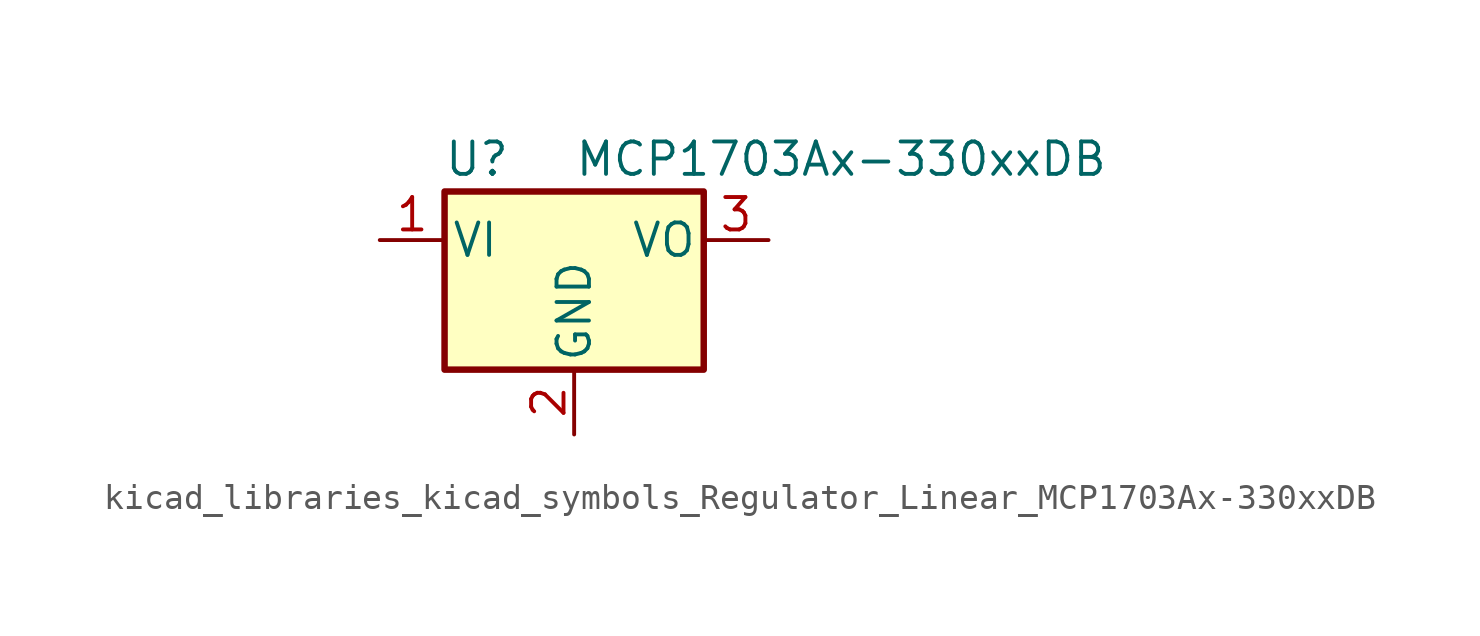
<source format=kicad_sym>
(kicad_symbol_lib
  (version 20220914)
  (generator kicad_symbol_editor)
  (symbol "kicad_libraries_kicad_symbols_Regulator_Linear_MCP1703Ax-330xxDB"
    (pin_names
      (offset 0.254))
    (property "Reference" "U"
      (at -3.81 3.175 0)
      (effects (font (size 1.27 1.27))))
    (property "Value" "MCP1703Ax-330xxDB"
      (at 0 3.175 0)
      (effects (font (size 1.27 1.27)) (justify left)))
    (symbol "kicad_libraries_kicad_symbols_Regulator_Linear_MCP1703Ax-330xxDB_0_1"
      (rectangle (start -5.08 -5.08) (end 5.08 1.905) (stroke (width 0.254) (type default)) (fill (type background))))
    (symbol "kicad_libraries_kicad_symbols_Regulator_Linear_MCP1703Ax-330xxDB_1_1"
      (pin power_in line (at -7.62 0 0) (length 2.54) (name "VI" (effects (font (size 1.27 1.27)))) (number "1" (effects (font (size 1.27 1.27)))))
      (pin power_in line (at 0 -7.62 90) (length 2.54) (name "GND" (effects (font (size 1.27 1.27)))) (number "2" (effects (font (size 1.27 1.27)))))
      (pin power_out line (at 7.62 0 180) (length 2.54) (name "VO" (effects (font (size 1.27 1.27)))) (number "3" (effects (font (size 1.27 1.27))))))))
</source>
